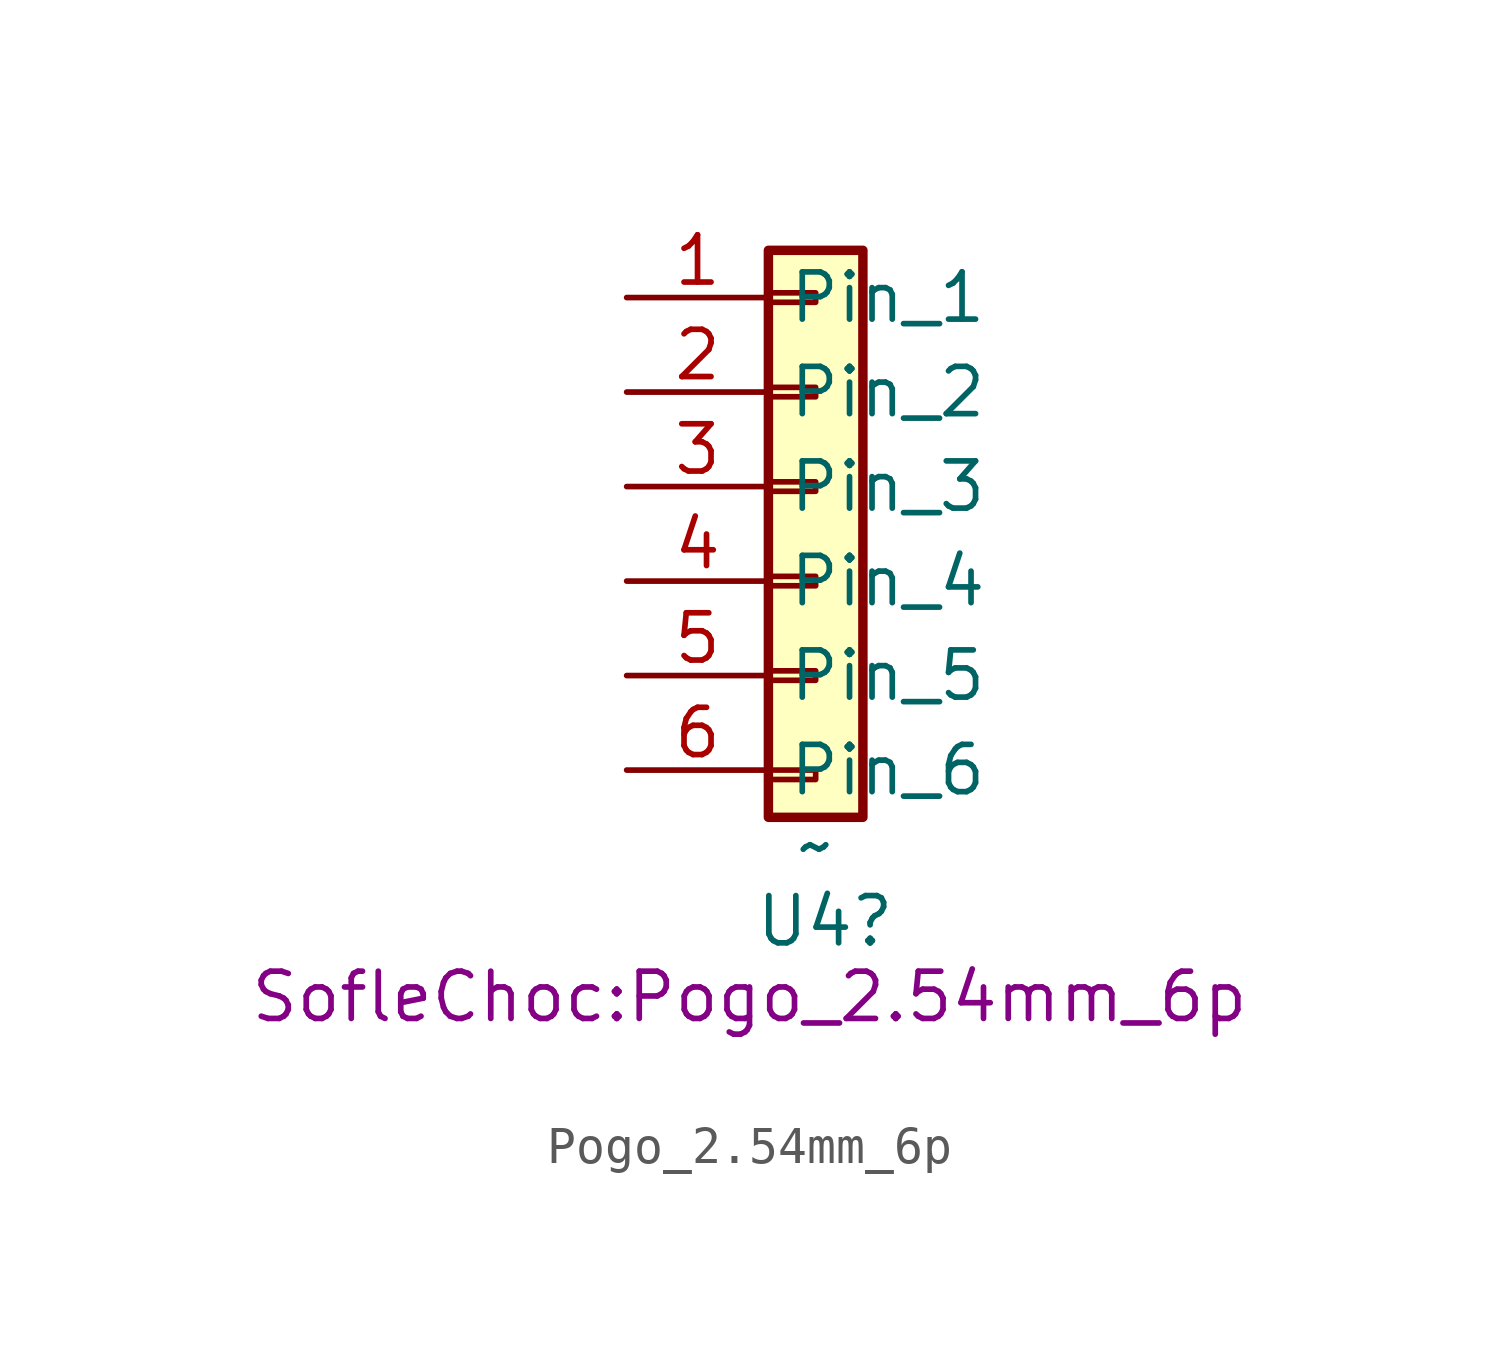
<source format=kicad_sym>
(kicad_symbol_lib
  (version 20241209)
  (generator "kicad_symbol_editor")
  (generator_version "9.0")
  (symbol "Pogo_2.54mm_6p"
    (property "Reference" "U4"
      (at 2.794 -11.684 0)
      (effects (font (size 1.27 1.27))))
    (property "Value" "~"
      (at 2.54 -9.652 0)
      (effects (font (size 1.27 1.27))))
    (property "Footprint" "SofleChoc:Pogo_2.54mm_6p"
      (at 0.762 -13.716 0)
      (effects (font (size 1.27 1.27))))
    (symbol "Pogo_2.54mm_6p_1_1"
      (rectangle (start 1.27 6.35) (end 3.81 -8.89) (stroke (width 0.254) (type default)) (fill (type background)))
      (rectangle (start 1.27 5.207) (end 2.54 4.953) (stroke (width 0.152) (type default)) (fill (type none)))
      (rectangle (start 1.27 2.667) (end 2.54 2.413) (stroke (width 0.152) (type default)) (fill (type none)))
      (rectangle (start 1.27 0.127) (end 2.54 -0.127) (stroke (width 0.152) (type default)) (fill (type none)))
      (rectangle (start 1.27 -2.413) (end 2.54 -2.667) (stroke (width 0.152) (type default)) (fill (type none)))
      (rectangle (start 1.27 -4.953) (end 2.54 -5.207) (stroke (width 0.152) (type default)) (fill (type none)))
      (rectangle (start 1.27 -7.62) (end 2.54 -7.874) (stroke (width 0.152) (type default)) (fill (type none)))
      (pin passive line (at -2.54 5.08 0) (length 3.81) (name "Pin_1" (effects (font (size 1.27 1.27)))) (number "1" (effects (font (size 1.27 1.27)))))
      (pin passive line (at -2.54 2.54 0) (length 3.81) (name "Pin_2" (effects (font (size 1.27 1.27)))) (number "2" (effects (font (size 1.27 1.27)))))
      (pin passive line (at -2.54 0 0) (length 3.81) (name "Pin_3" (effects (font (size 1.27 1.27)))) (number "3" (effects (font (size 1.27 1.27)))))
      (pin passive line (at -2.54 -2.54 0) (length 3.81) (name "Pin_4" (effects (font (size 1.27 1.27)))) (number "4" (effects (font (size 1.27 1.27)))))
      (pin passive line (at -2.54 -5.08 0) (length 3.81) (name "Pin_5" (effects (font (size 1.27 1.27)))) (number "5" (effects (font (size 1.27 1.27)))))
      (pin passive line (at -2.54 -7.62 0) (length 3.81) (name "Pin_6" (effects (font (size 1.27 1.27)))) (number "6" (effects (font (size 1.27 1.27))))))))
</source>
